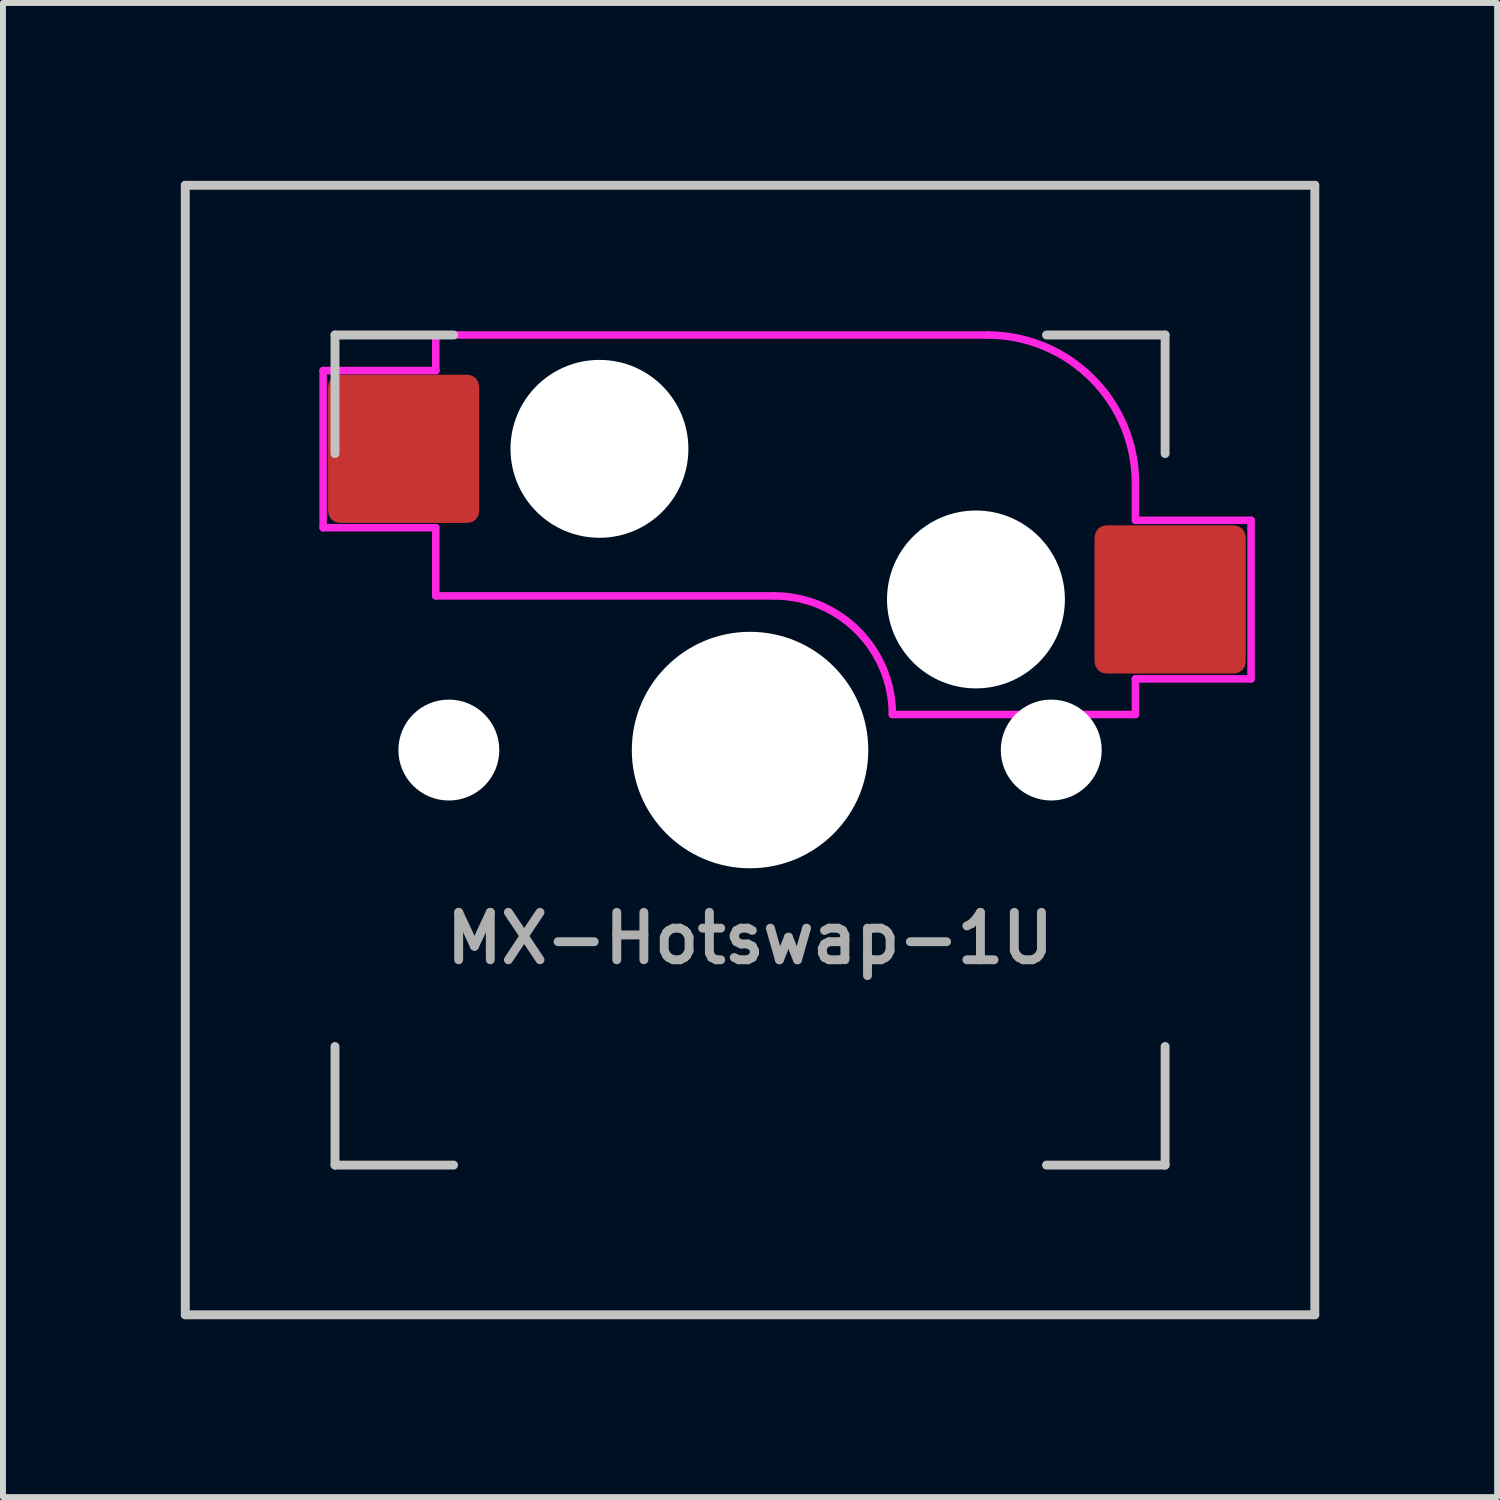
<source format=kicad_pcb>
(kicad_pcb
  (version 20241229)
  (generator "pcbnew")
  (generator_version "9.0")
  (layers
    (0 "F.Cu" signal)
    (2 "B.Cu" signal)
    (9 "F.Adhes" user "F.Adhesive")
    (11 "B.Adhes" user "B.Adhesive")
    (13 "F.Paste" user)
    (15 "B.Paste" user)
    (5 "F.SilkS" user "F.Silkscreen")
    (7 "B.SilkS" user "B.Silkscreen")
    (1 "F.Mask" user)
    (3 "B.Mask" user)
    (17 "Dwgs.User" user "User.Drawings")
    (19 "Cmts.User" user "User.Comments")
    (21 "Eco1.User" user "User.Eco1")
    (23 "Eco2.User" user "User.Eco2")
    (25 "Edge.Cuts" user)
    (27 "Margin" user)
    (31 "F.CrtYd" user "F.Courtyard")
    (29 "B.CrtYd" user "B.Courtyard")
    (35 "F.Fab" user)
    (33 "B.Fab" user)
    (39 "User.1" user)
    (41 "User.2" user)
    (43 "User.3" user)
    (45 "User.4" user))
  (footprint "MX-Hotswap-1U"
    (layer "F.Cu")
    (at 9.6 9.6)
    (property "Reference" "MX-Hotswap-1U" (at 0 3.175 0) (layer "F.Fab") (effects (font (size 0.8 0.8) (thickness 0.15))))
    (attr smd)
    (fp_line (start -9.525 9.525) (end -9.525 -9.525) (stroke (width 0.15) (type solid)) (layer "Dwgs.User"))
    (fp_line (start -7 -7) (end -5 -7) (stroke (width 0.15) (type solid)) (layer "Dwgs.User"))
    (fp_line (start -7 -5) (end -7 -7) (stroke (width 0.15) (type solid)) (layer "Dwgs.User"))
    (fp_line (start -7 5) (end -7 7) (stroke (width 0.15) (type solid)) (layer "Dwgs.User"))
    (fp_line (start -7 7) (end -5 7) (stroke (width 0.15) (type solid)) (layer "Dwgs.User"))
    (fp_line (start 5 7) (end 7 7) (stroke (width 0.15) (type solid)) (layer "Dwgs.User"))
    (fp_line (start 7 -7) (end 5 -7) (stroke (width 0.15) (type solid)) (layer "Dwgs.User"))
    (fp_line (start 7 -5) (end 7 -7) (stroke (width 0.15) (type solid)) (layer "Dwgs.User"))
    (fp_line (start 7 7) (end 7 5) (stroke (width 0.15) (type solid)) (layer "Dwgs.User"))
    (fp_line (start 9.525 -9.525) (end -9.525 -9.525) (stroke (width 0.15) (type solid)) (layer "Dwgs.User"))
    (fp_line (start 9.525 9.525) (end -9.525 9.525) (stroke (width 0.15) (type solid)) (layer "Dwgs.User"))
    (fp_line (start 9.525 9.525) (end 9.525 -9.525) (stroke (width 0.15) (type solid)) (layer "Dwgs.User"))
    (fp_line (start -7.2 -6.4) (end -5.3 -6.4) (stroke (width 0.127) (type solid)) (layer "F.CrtYd"))
    (fp_line (start -7.2 -3.75) (end -7.2 -6.4) (stroke (width 0.127) (type solid)) (layer "F.CrtYd"))
    (fp_line (start -5.3 -6.4) (end -5.3 -7) (stroke (width 0.127) (type solid)) (layer "F.CrtYd"))
    (fp_line (start -5.3 -3.75) (end -7.2 -3.75) (stroke (width 0.127) (type solid)) (layer "F.CrtYd"))
    (fp_line (start -5.3 -3.75) (end -5.3 -2.6) (stroke (width 0.127) (type solid)) (layer "F.CrtYd"))
    (fp_line (start -5.3 -2.6) (end 0.4 -2.6) (stroke (width 0.127) (type solid)) (layer "F.CrtYd"))
    (fp_line (start 2.4 -0.6) (end 6.5 -0.6) (stroke (width 0.127) (type solid)) (layer "F.CrtYd"))
    (fp_line (start 4 -7) (end -5.3 -7) (stroke (width 0.127) (type solid)) (layer "F.CrtYd"))
    (fp_line (start 6.5 -3.875) (end 6.5 -4.5) (stroke (width 0.127) (type solid)) (layer "F.CrtYd"))
    (fp_line (start 6.5 -1.2) (end 6.5 -0.6) (stroke (width 0.127) (type solid)) (layer "F.CrtYd"))
    (fp_line (start 6.5 -1.2) (end 8.45 -1.2) (stroke (width 0.127) (type solid)) (layer "F.CrtYd"))
    (fp_line (start 8.45 -3.875) (end 6.5 -3.875) (stroke (width 0.127) (type solid)) (layer "F.CrtYd"))
    (fp_line (start 8.45 -1.2) (end 8.45 -3.875) (stroke (width 0.127) (type solid)) (layer "F.CrtYd"))
    (fp_arc (start 0.4 -2.6) (mid 1.814214 -2.014214) (end 2.4 -0.6) (stroke (width 0.127) (type solid)) (layer "F.CrtYd"))
    (fp_arc (start 4 -7) (mid 5.767767 -6.267767) (end 6.5 -4.5) (stroke (width 0.127) (type solid)) (layer "F.CrtYd"))
    (pad "" np_thru_hole circle (at -5.08 0 311.901) (size 1.702 1.702) (drill 1.702) (layers "*.Cu" "*.Mask"))
    (pad "" np_thru_hole circle (at -2.54 -5.08) (size 3 3) (drill 3) (layers "*.Cu" "*.Mask"))
    (pad "" np_thru_hole circle (at 0 0) (size 3.988 3.988) (drill 3.988) (layers "*.Cu" "*.Mask"))
    (pad "" np_thru_hole circle (at 3.81 -2.54) (size 3 3) (drill 3) (layers "*.Cu" "*.Mask"))
    (pad "" np_thru_hole circle (at 5.08 0 311.901) (size 1.702 1.702) (drill 1.702) (layers "*.Cu" "*.Mask"))
    (pad "1" smd roundrect (at 7.085 -2.54) (size 2.55 2.5) (layers "F.Cu" "F.Mask" "F.Paste") (roundrect_rratio 0.08))
    (pad "2" smd roundrect (at -5.842 -5.08) (size 2.55 2.5) (layers "F.Cu" "F.Mask" "F.Paste") (roundrect_rratio 0.08)))
  (gr_rect
    (start -3 -3)
    (end 22.2 22.2)
    (stroke (width 0.1) (type default))
    (fill no)
    (layer "Edge.Cuts")))
</source>
